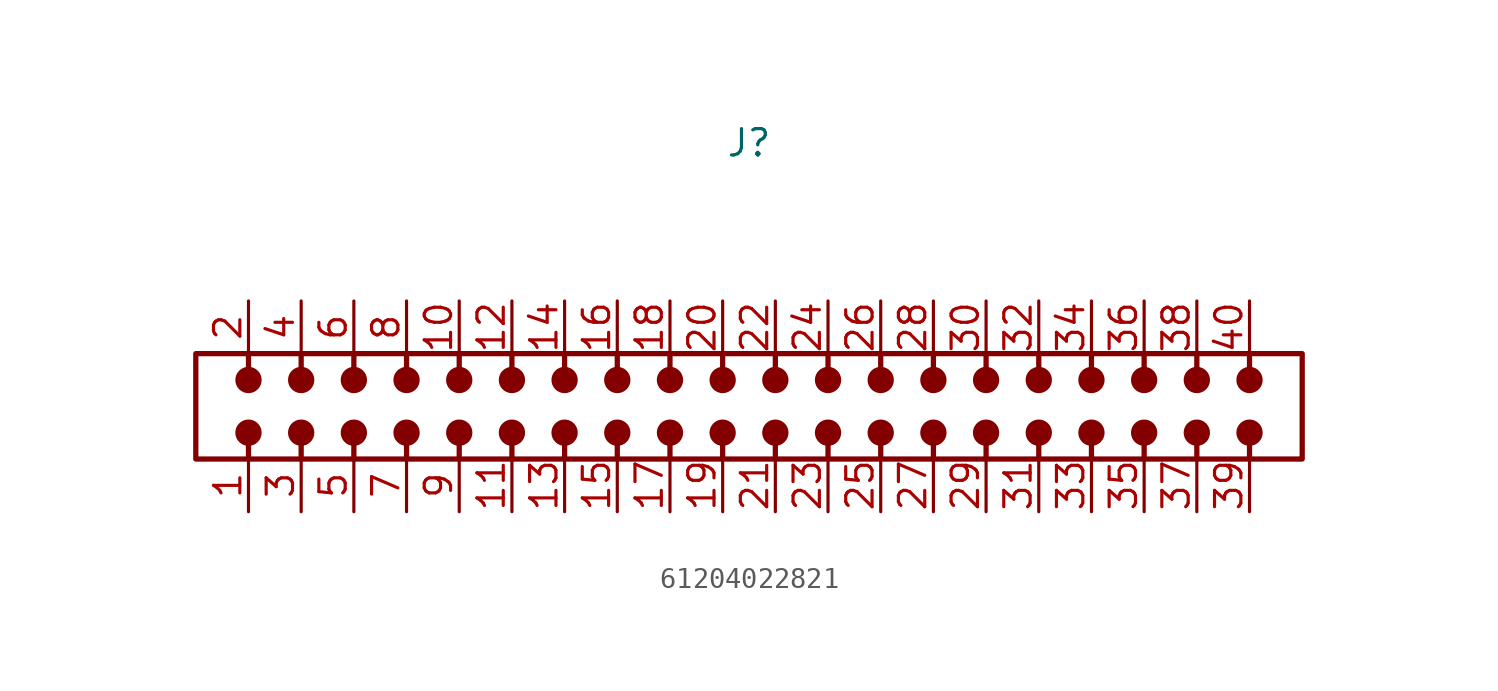
<source format=kicad_sym>
(kicad_symbol_lib
  (version 20241209)
  (generator "kicad_symbol_editor")
  (generator_version "9.0")
  (symbol "61204022821"
    (pin_names
      (hide yes))
    (property "Reference" "J"
      (at 0 12.7 0)
      (effects (font (size 1.27 1.27))))
    (symbol "61204022821_1_1"
      (rectangle (start -26.67 2.54) (end 26.67 -2.54) (stroke (width 0.254) (type solid)) (fill (type none)))
      (polyline (pts (xy -24.13 1.778) (xy -24.13 2.54)) (stroke (width 0.254) (type solid)) (fill (type none)))
      (circle (center -24.13 1.27) (radius 0.508) (stroke (width 0.254) (type solid)) (fill (type outline)))
      (circle (center -24.13 -1.27) (radius 0.508) (stroke (width 0.254) (type solid)) (fill (type outline)))
      (polyline (pts (xy -24.13 -1.778) (xy -24.13 -2.54)) (stroke (width 0.254) (type solid)) (fill (type none)))
      (polyline (pts (xy -21.59 1.778) (xy -21.59 2.54)) (stroke (width 0.254) (type solid)) (fill (type none)))
      (circle (center -21.59 1.27) (radius 0.508) (stroke (width 0.254) (type solid)) (fill (type outline)))
      (circle (center -21.59 -1.27) (radius 0.508) (stroke (width 0.254) (type solid)) (fill (type outline)))
      (polyline (pts (xy -21.59 -1.778) (xy -21.59 -2.54)) (stroke (width 0.254) (type solid)) (fill (type none)))
      (polyline (pts (xy -19.05 1.778) (xy -19.05 2.54)) (stroke (width 0.254) (type solid)) (fill (type none)))
      (circle (center -19.05 1.27) (radius 0.508) (stroke (width 0.254) (type solid)) (fill (type outline)))
      (circle (center -19.05 -1.27) (radius 0.508) (stroke (width 0.254) (type solid)) (fill (type outline)))
      (polyline (pts (xy -19.05 -1.778) (xy -19.05 -2.54)) (stroke (width 0.254) (type solid)) (fill (type none)))
      (polyline (pts (xy -16.51 1.778) (xy -16.51 2.54)) (stroke (width 0.254) (type solid)) (fill (type none)))
      (circle (center -16.51 1.27) (radius 0.508) (stroke (width 0.254) (type solid)) (fill (type outline)))
      (circle (center -16.51 -1.27) (radius 0.508) (stroke (width 0.254) (type solid)) (fill (type outline)))
      (polyline (pts (xy -16.51 -1.778) (xy -16.51 -2.54)) (stroke (width 0.254) (type solid)) (fill (type none)))
      (polyline (pts (xy -13.97 1.778) (xy -13.97 2.54)) (stroke (width 0.254) (type solid)) (fill (type none)))
      (circle (center -13.97 1.27) (radius 0.508) (stroke (width 0.254) (type solid)) (fill (type outline)))
      (circle (center -13.97 -1.27) (radius 0.508) (stroke (width 0.254) (type solid)) (fill (type outline)))
      (polyline (pts (xy -13.97 -1.778) (xy -13.97 -2.54)) (stroke (width 0.254) (type solid)) (fill (type none)))
      (polyline (pts (xy -11.43 1.778) (xy -11.43 2.54)) (stroke (width 0.254) (type solid)) (fill (type none)))
      (circle (center -11.43 1.27) (radius 0.508) (stroke (width 0.254) (type solid)) (fill (type outline)))
      (circle (center -11.43 -1.27) (radius 0.508) (stroke (width 0.254) (type solid)) (fill (type outline)))
      (polyline (pts (xy -11.43 -1.778) (xy -11.43 -2.54)) (stroke (width 0.254) (type solid)) (fill (type none)))
      (polyline (pts (xy -8.89 1.778) (xy -8.89 2.54)) (stroke (width 0.254) (type solid)) (fill (type none)))
      (circle (center -8.89 1.27) (radius 0.508) (stroke (width 0.254) (type solid)) (fill (type outline)))
      (circle (center -8.89 -1.27) (radius 0.508) (stroke (width 0.254) (type solid)) (fill (type outline)))
      (polyline (pts (xy -8.89 -1.778) (xy -8.89 -2.54)) (stroke (width 0.254) (type solid)) (fill (type none)))
      (polyline (pts (xy -6.35 1.778) (xy -6.35 2.54)) (stroke (width 0.254) (type solid)) (fill (type none)))
      (circle (center -6.35 1.27) (radius 0.508) (stroke (width 0.254) (type solid)) (fill (type outline)))
      (circle (center -6.35 -1.27) (radius 0.508) (stroke (width 0.254) (type solid)) (fill (type outline)))
      (polyline (pts (xy -6.35 -1.778) (xy -6.35 -2.54)) (stroke (width 0.254) (type solid)) (fill (type none)))
      (polyline (pts (xy -3.81 1.778) (xy -3.81 2.54)) (stroke (width 0.254) (type solid)) (fill (type none)))
      (circle (center -3.81 1.27) (radius 0.508) (stroke (width 0.254) (type solid)) (fill (type outline)))
      (circle (center -3.81 -1.27) (radius 0.508) (stroke (width 0.254) (type solid)) (fill (type outline)))
      (polyline (pts (xy -3.81 -1.778) (xy -3.81 -2.54)) (stroke (width 0.254) (type solid)) (fill (type none)))
      (polyline (pts (xy -1.27 1.778) (xy -1.27 2.54)) (stroke (width 0.254) (type solid)) (fill (type none)))
      (circle (center -1.27 1.27) (radius 0.508) (stroke (width 0.254) (type solid)) (fill (type outline)))
      (circle (center -1.27 -1.27) (radius 0.508) (stroke (width 0.254) (type solid)) (fill (type outline)))
      (polyline (pts (xy -1.27 -1.778) (xy -1.27 -2.54)) (stroke (width 0.254) (type solid)) (fill (type none)))
      (polyline (pts (xy 1.27 1.778) (xy 1.27 2.54)) (stroke (width 0.254) (type solid)) (fill (type none)))
      (circle (center 1.27 1.27) (radius 0.508) (stroke (width 0.254) (type solid)) (fill (type outline)))
      (circle (center 1.27 -1.27) (radius 0.508) (stroke (width 0.254) (type solid)) (fill (type outline)))
      (polyline (pts (xy 1.27 -1.778) (xy 1.27 -2.54)) (stroke (width 0.254) (type solid)) (fill (type none)))
      (polyline (pts (xy 3.81 1.778) (xy 3.81 2.54)) (stroke (width 0.254) (type solid)) (fill (type none)))
      (circle (center 3.81 1.27) (radius 0.508) (stroke (width 0.254) (type solid)) (fill (type outline)))
      (circle (center 3.81 -1.27) (radius 0.508) (stroke (width 0.254) (type solid)) (fill (type outline)))
      (polyline (pts (xy 3.81 -1.778) (xy 3.81 -2.54)) (stroke (width 0.254) (type solid)) (fill (type none)))
      (polyline (pts (xy 6.35 1.778) (xy 6.35 2.54)) (stroke (width 0.254) (type solid)) (fill (type none)))
      (circle (center 6.35 1.27) (radius 0.508) (stroke (width 0.254) (type solid)) (fill (type outline)))
      (circle (center 6.35 -1.27) (radius 0.508) (stroke (width 0.254) (type solid)) (fill (type outline)))
      (polyline (pts (xy 6.35 -1.778) (xy 6.35 -2.54)) (stroke (width 0.254) (type solid)) (fill (type none)))
      (polyline (pts (xy 8.89 1.778) (xy 8.89 2.54)) (stroke (width 0.254) (type solid)) (fill (type none)))
      (circle (center 8.89 1.27) (radius 0.508) (stroke (width 0.254) (type solid)) (fill (type outline)))
      (circle (center 8.89 -1.27) (radius 0.508) (stroke (width 0.254) (type solid)) (fill (type outline)))
      (polyline (pts (xy 8.89 -1.778) (xy 8.89 -2.54)) (stroke (width 0.254) (type solid)) (fill (type none)))
      (polyline (pts (xy 11.43 1.778) (xy 11.43 2.54)) (stroke (width 0.254) (type solid)) (fill (type none)))
      (circle (center 11.43 1.27) (radius 0.508) (stroke (width 0.254) (type solid)) (fill (type outline)))
      (circle (center 11.43 -1.27) (radius 0.508) (stroke (width 0.254) (type solid)) (fill (type outline)))
      (polyline (pts (xy 11.43 -1.778) (xy 11.43 -2.54)) (stroke (width 0.254) (type solid)) (fill (type none)))
      (polyline (pts (xy 13.97 1.778) (xy 13.97 2.54)) (stroke (width 0.254) (type solid)) (fill (type none)))
      (circle (center 13.97 1.27) (radius 0.508) (stroke (width 0.254) (type solid)) (fill (type outline)))
      (circle (center 13.97 -1.27) (radius 0.508) (stroke (width 0.254) (type solid)) (fill (type outline)))
      (polyline (pts (xy 13.97 -1.778) (xy 13.97 -2.54)) (stroke (width 0.254) (type solid)) (fill (type none)))
      (polyline (pts (xy 16.51 1.778) (xy 16.51 2.54)) (stroke (width 0.254) (type solid)) (fill (type none)))
      (circle (center 16.51 1.27) (radius 0.508) (stroke (width 0.254) (type solid)) (fill (type outline)))
      (circle (center 16.51 -1.27) (radius 0.508) (stroke (width 0.254) (type solid)) (fill (type outline)))
      (polyline (pts (xy 16.51 -1.778) (xy 16.51 -2.54)) (stroke (width 0.254) (type solid)) (fill (type none)))
      (polyline (pts (xy 19.05 1.778) (xy 19.05 2.54)) (stroke (width 0.254) (type solid)) (fill (type none)))
      (circle (center 19.05 1.27) (radius 0.508) (stroke (width 0.254) (type solid)) (fill (type outline)))
      (circle (center 19.05 -1.27) (radius 0.508) (stroke (width 0.254) (type solid)) (fill (type outline)))
      (polyline (pts (xy 19.05 -1.778) (xy 19.05 -2.54)) (stroke (width 0.254) (type solid)) (fill (type none)))
      (polyline (pts (xy 21.59 1.778) (xy 21.59 2.54)) (stroke (width 0.254) (type solid)) (fill (type none)))
      (circle (center 21.59 1.27) (radius 0.508) (stroke (width 0.254) (type solid)) (fill (type outline)))
      (circle (center 21.59 -1.27) (radius 0.508) (stroke (width 0.254) (type solid)) (fill (type outline)))
      (polyline (pts (xy 21.59 -1.778) (xy 21.59 -2.54)) (stroke (width 0.254) (type solid)) (fill (type none)))
      (polyline (pts (xy 24.13 1.778) (xy 24.13 2.54)) (stroke (width 0.254) (type solid)) (fill (type none)))
      (circle (center 24.13 1.27) (radius 0.508) (stroke (width 0.254) (type solid)) (fill (type outline)))
      (circle (center 24.13 -1.27) (radius 0.508) (stroke (width 0.254) (type solid)) (fill (type outline)))
      (polyline (pts (xy 24.13 -1.778) (xy 24.13 -2.54)) (stroke (width 0.254) (type solid)) (fill (type none)))
      (pin passive line (at -24.13 5.08 270) (length 2.54) (name "2" (effects (font (size 1.27 1.27)))) (number "2" (effects (font (size 1.27 1.27)))))
      (pin passive line (at -24.13 -5.08 90) (length 2.54) (name "1" (effects (font (size 1.27 1.27)))) (number "1" (effects (font (size 1.27 1.27)))))
      (pin passive line (at -21.59 5.08 270) (length 2.54) (name "4" (effects (font (size 1.27 1.27)))) (number "4" (effects (font (size 1.27 1.27)))))
      (pin passive line (at -21.59 -5.08 90) (length 2.54) (name "3" (effects (font (size 1.27 1.27)))) (number "3" (effects (font (size 1.27 1.27)))))
      (pin passive line (at -19.05 5.08 270) (length 2.54) (name "6" (effects (font (size 1.27 1.27)))) (number "6" (effects (font (size 1.27 1.27)))))
      (pin passive line (at -19.05 -5.08 90) (length 2.54) (name "5" (effects (font (size 1.27 1.27)))) (number "5" (effects (font (size 1.27 1.27)))))
      (pin passive line (at -16.51 5.08 270) (length 2.54) (name "8" (effects (font (size 1.27 1.27)))) (number "8" (effects (font (size 1.27 1.27)))))
      (pin passive line (at -16.51 -5.08 90) (length 2.54) (name "7" (effects (font (size 1.27 1.27)))) (number "7" (effects (font (size 1.27 1.27)))))
      (pin passive line (at -13.97 5.08 270) (length 2.54) (name "10" (effects (font (size 1.27 1.27)))) (number "10" (effects (font (size 1.27 1.27)))))
      (pin passive line (at -13.97 -5.08 90) (length 2.54) (name "9" (effects (font (size 1.27 1.27)))) (number "9" (effects (font (size 1.27 1.27)))))
      (pin passive line (at -11.43 5.08 270) (length 2.54) (name "12" (effects (font (size 1.27 1.27)))) (number "12" (effects (font (size 1.27 1.27)))))
      (pin passive line (at -11.43 -5.08 90) (length 2.54) (name "11" (effects (font (size 1.27 1.27)))) (number "11" (effects (font (size 1.27 1.27)))))
      (pin passive line (at -8.89 5.08 270) (length 2.54) (name "14" (effects (font (size 1.27 1.27)))) (number "14" (effects (font (size 1.27 1.27)))))
      (pin passive line (at -8.89 -5.08 90) (length 2.54) (name "13" (effects (font (size 1.27 1.27)))) (number "13" (effects (font (size 1.27 1.27)))))
      (pin passive line (at -6.35 5.08 270) (length 2.54) (name "16" (effects (font (size 1.27 1.27)))) (number "16" (effects (font (size 1.27 1.27)))))
      (pin passive line (at -6.35 -5.08 90) (length 2.54) (name "15" (effects (font (size 1.27 1.27)))) (number "15" (effects (font (size 1.27 1.27)))))
      (pin passive line (at -3.81 5.08 270) (length 2.54) (name "18" (effects (font (size 1.27 1.27)))) (number "18" (effects (font (size 1.27 1.27)))))
      (pin passive line (at -3.81 -5.08 90) (length 2.54) (name "17" (effects (font (size 1.27 1.27)))) (number "17" (effects (font (size 1.27 1.27)))))
      (pin passive line (at -1.27 5.08 270) (length 2.54) (name "20" (effects (font (size 1.27 1.27)))) (number "20" (effects (font (size 1.27 1.27)))))
      (pin passive line (at -1.27 -5.08 90) (length 2.54) (name "19" (effects (font (size 1.27 1.27)))) (number "19" (effects (font (size 1.27 1.27)))))
      (pin passive line (at 1.27 5.08 270) (length 2.54) (name "22" (effects (font (size 1.27 1.27)))) (number "22" (effects (font (size 1.27 1.27)))))
      (pin passive line (at 1.27 -5.08 90) (length 2.54) (name "21" (effects (font (size 1.27 1.27)))) (number "21" (effects (font (size 1.27 1.27)))))
      (pin passive line (at 3.81 5.08 270) (length 2.54) (name "24" (effects (font (size 1.27 1.27)))) (number "24" (effects (font (size 1.27 1.27)))))
      (pin passive line (at 3.81 -5.08 90) (length 2.54) (name "23" (effects (font (size 1.27 1.27)))) (number "23" (effects (font (size 1.27 1.27)))))
      (pin passive line (at 6.35 5.08 270) (length 2.54) (name "26" (effects (font (size 1.27 1.27)))) (number "26" (effects (font (size 1.27 1.27)))))
      (pin passive line (at 6.35 -5.08 90) (length 2.54) (name "25" (effects (font (size 1.27 1.27)))) (number "25" (effects (font (size 1.27 1.27)))))
      (pin passive line (at 8.89 5.08 270) (length 2.54) (name "28" (effects (font (size 1.27 1.27)))) (number "28" (effects (font (size 1.27 1.27)))))
      (pin passive line (at 8.89 -5.08 90) (length 2.54) (name "27" (effects (font (size 1.27 1.27)))) (number "27" (effects (font (size 1.27 1.27)))))
      (pin passive line (at 11.43 5.08 270) (length 2.54) (name "30" (effects (font (size 1.27 1.27)))) (number "30" (effects (font (size 1.27 1.27)))))
      (pin passive line (at 11.43 -5.08 90) (length 2.54) (name "29" (effects (font (size 1.27 1.27)))) (number "29" (effects (font (size 1.27 1.27)))))
      (pin passive line (at 13.97 5.08 270) (length 2.54) (name "32" (effects (font (size 1.27 1.27)))) (number "32" (effects (font (size 1.27 1.27)))))
      (pin passive line (at 13.97 -5.08 90) (length 2.54) (name "31" (effects (font (size 1.27 1.27)))) (number "31" (effects (font (size 1.27 1.27)))))
      (pin passive line (at 16.51 5.08 270) (length 2.54) (name "34" (effects (font (size 1.27 1.27)))) (number "34" (effects (font (size 1.27 1.27)))))
      (pin passive line (at 16.51 -5.08 90) (length 2.54) (name "33" (effects (font (size 1.27 1.27)))) (number "33" (effects (font (size 1.27 1.27)))))
      (pin passive line (at 19.05 5.08 270) (length 2.54) (name "36" (effects (font (size 1.27 1.27)))) (number "36" (effects (font (size 1.27 1.27)))))
      (pin passive line (at 19.05 -5.08 90) (length 2.54) (name "35" (effects (font (size 1.27 1.27)))) (number "35" (effects (font (size 1.27 1.27)))))
      (pin passive line (at 21.59 5.08 270) (length 2.54) (name "38" (effects (font (size 1.27 1.27)))) (number "38" (effects (font (size 1.27 1.27)))))
      (pin passive line (at 21.59 -5.08 90) (length 2.54) (name "37" (effects (font (size 1.27 1.27)))) (number "37" (effects (font (size 1.27 1.27)))))
      (pin passive line (at 24.13 5.08 270) (length 2.54) (name "40" (effects (font (size 1.27 1.27)))) (number "40" (effects (font (size 1.27 1.27)))))
      (pin passive line (at 24.13 -5.08 90) (length 2.54) (name "39" (effects (font (size 1.27 1.27)))) (number "39" (effects (font (size 1.27 1.27))))))))
</source>
